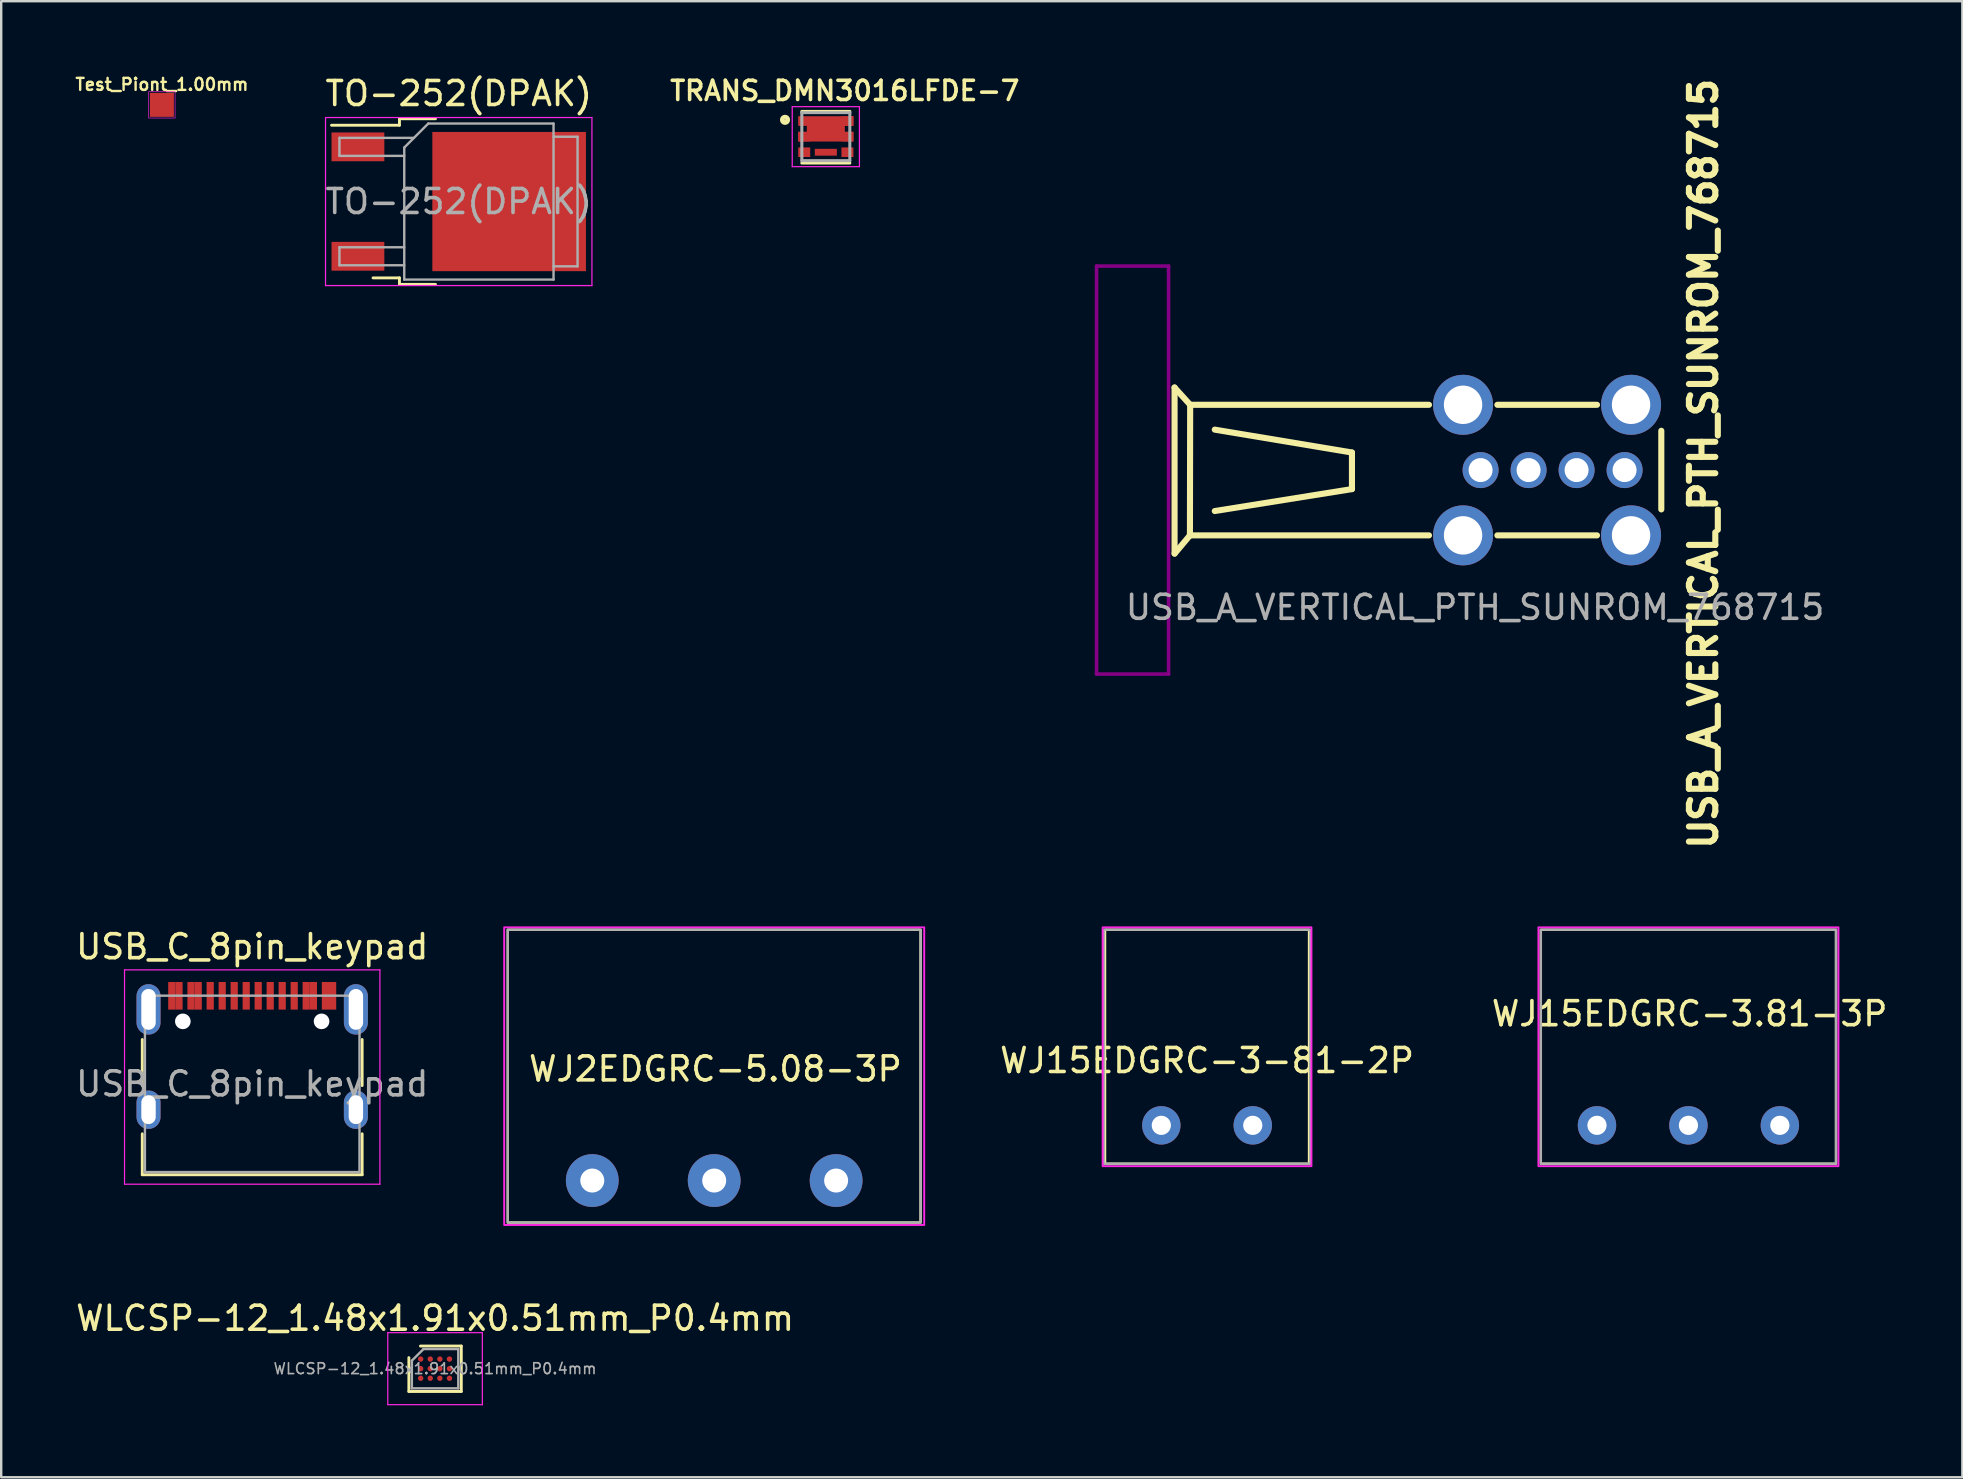
<source format=kicad_pcb>
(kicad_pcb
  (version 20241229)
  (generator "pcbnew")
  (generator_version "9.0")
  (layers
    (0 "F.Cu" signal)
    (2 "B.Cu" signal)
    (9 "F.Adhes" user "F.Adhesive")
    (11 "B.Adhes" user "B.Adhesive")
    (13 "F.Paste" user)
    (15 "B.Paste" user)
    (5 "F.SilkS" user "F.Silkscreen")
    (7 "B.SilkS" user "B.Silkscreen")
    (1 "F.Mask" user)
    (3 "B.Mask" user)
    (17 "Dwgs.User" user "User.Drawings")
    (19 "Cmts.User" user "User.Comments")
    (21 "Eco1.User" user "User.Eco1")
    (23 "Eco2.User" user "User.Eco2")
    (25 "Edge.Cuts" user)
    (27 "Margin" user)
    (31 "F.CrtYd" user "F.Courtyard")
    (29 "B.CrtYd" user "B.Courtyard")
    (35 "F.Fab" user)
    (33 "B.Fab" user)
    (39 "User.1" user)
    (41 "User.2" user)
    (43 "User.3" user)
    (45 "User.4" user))
  (footprint "WJ2EDGRC-5.08-3P"
    (layer "F.Cu")
    (at 26.707 46.137)
    (property "Reference" "WJ2EDGRC-5.08-3P" (at 0.05 -4.65 0) (unlocked yes) (layer "F.SilkS") (effects (font (size 1 1) (thickness 0.15))))
    (attr through_hole)
    (fp_rect (start -8.6 -10.45) (end 8.6 1.75) (stroke (width 0.1) (type solid)) (fill no) (layer "F.SilkS"))
    (fp_rect (start -8.75 1.85) (end 8.75 -10.55) (stroke (width 0.08) (type solid)) (fill no) (layer "F.CrtYd"))
    (fp_rect (start -8.6 1.75) (end 8.6 -10.45) (stroke (width 0.1) (type solid)) (fill no) (layer "F.Fab"))
    (pad "1" thru_hole circle (at -5.08 0) (size 2.2 2.2) (drill 1) (layers "*.Cu" "*.Mask"))
    (pad "2" thru_hole circle (at 0 0) (size 2.2 2.2) (drill 1) (layers "*.Cu" "*.Mask"))
    (pad "3" thru_hole circle (at 5.08 0) (size 2.2 2.2) (drill 1) (layers "*.Cu" "*.Mask")))
  (footprint "WJ15EDGRC-3-81-2P"
    (layer "F.Cu")
    (at 47.241 43.837)
    (property "Reference" "WJ15EDGRC-3-81-2P" (at 0 -2.7 0) (unlocked yes) (layer "F.SilkS") (effects (font (size 1 1) (thickness 0.15))))
    (attr through_hole)
    (fp_rect (start -4.25 -8.15) (end 4.25 1.6) (stroke (width 0.1) (type solid)) (fill no) (layer "F.SilkS"))
    (fp_rect (start -4.35 1.7) (end 4.35 -8.25) (stroke (width 0.08) (type solid)) (fill no) (layer "F.CrtYd"))
    (fp_rect (start -4.3 1.6) (end 4.3 -8.15) (stroke (width 0.1) (type solid)) (fill no) (layer "F.Fab"))
    (pad "1" thru_hole circle (at -1.905 0) (size 1.6 1.6) (drill 0.8) (layers "*.Cu" "*.Mask"))
    (pad "2" thru_hole circle (at 1.905 0) (size 1.6 1.6) (drill 0.8) (layers "*.Cu" "*.Mask")))
  (footprint "TO-252(DPAK)"
    (layer "F.Cu")
    (at 16.063 5.348)
    (property "Reference" "TO-252(DPAK)" (at 0 -4.5 0) (layer "F.SilkS") (effects (font (size 1 1) (thickness 0.15))))
    (attr smd)
    (fp_line (start -2.47 -3.45) (end -2.47 -3.18) (stroke (width 0.12) (type solid)) (layer "F.SilkS"))
    (fp_line (start -2.47 -3.18) (end -5.3 -3.18) (stroke (width 0.12) (type solid)) (layer "F.SilkS"))
    (fp_line (start -2.47 3.18) (end -3.57 3.18) (stroke (width 0.12) (type solid)) (layer "F.SilkS"))
    (fp_line (start -2.47 3.45) (end -2.47 3.18) (stroke (width 0.12) (type solid)) (layer "F.SilkS"))
    (fp_line (start -0.97 -3.45) (end -2.47 -3.45) (stroke (width 0.12) (type solid)) (layer "F.SilkS"))
    (fp_line (start -0.97 3.45) (end -2.47 3.45) (stroke (width 0.12) (type solid)) (layer "F.SilkS"))
    (fp_line (start -5.55 -3.5) (end -5.55 3.5) (stroke (width 0.05) (type solid)) (layer "F.CrtYd"))
    (fp_line (start -5.55 3.5) (end 5.55 3.5) (stroke (width 0.05) (type solid)) (layer "F.CrtYd"))
    (fp_line (start 5.55 -3.5) (end -5.55 -3.5) (stroke (width 0.05) (type solid)) (layer "F.CrtYd"))
    (fp_line (start 5.55 3.5) (end 5.55 -3.5) (stroke (width 0.05) (type solid)) (layer "F.CrtYd"))
    (fp_line (start -4.97 -2.655) (end -4.97 -1.905) (stroke (width 0.1) (type solid)) (layer "F.Fab"))
    (fp_line (start -4.97 -1.905) (end -2.27 -1.905) (stroke (width 0.1) (type solid)) (layer "F.Fab"))
    (fp_line (start -4.97 1.905) (end -4.97 2.655) (stroke (width 0.1) (type solid)) (layer "F.Fab"))
    (fp_line (start -4.97 2.655) (end -2.27 2.655) (stroke (width 0.1) (type solid)) (layer "F.Fab"))
    (fp_line (start -2.27 -2.25) (end -1.27 -3.25) (stroke (width 0.1) (type solid)) (layer "F.Fab"))
    (fp_line (start -2.27 1.905) (end -4.97 1.905) (stroke (width 0.1) (type solid)) (layer "F.Fab"))
    (fp_line (start -2.27 3.25) (end -2.27 -2.25) (stroke (width 0.1) (type solid)) (layer "F.Fab"))
    (fp_line (start -1.865 -2.655) (end -4.97 -2.655) (stroke (width 0.1) (type solid)) (layer "F.Fab"))
    (fp_line (start -1.27 -3.25) (end 3.95 -3.25) (stroke (width 0.1) (type solid)) (layer "F.Fab"))
    (fp_line (start 3.95 -3.25) (end 3.95 3.25) (stroke (width 0.1) (type solid)) (layer "F.Fab"))
    (fp_line (start 3.95 -2.7) (end 4.95 -2.7) (stroke (width 0.1) (type solid)) (layer "F.Fab"))
    (fp_line (start 3.95 3.25) (end -2.27 3.25) (stroke (width 0.1) (type solid)) (layer "F.Fab"))
    (fp_line (start 4.95 -2.7) (end 4.95 2.7) (stroke (width 0.1) (type solid)) (layer "F.Fab"))
    (fp_line (start 4.95 2.7) (end 3.95 2.7) (stroke (width 0.1) (type solid)) (layer "F.Fab"))
    (fp_text user "${REFERENCE}" (at 0 0 0) (layer "F.Fab") (effects (font (size 1 1) (thickness 0.15))))
    (pad "" smd rect (at 0.425 -1.525) (size 3.05 2.75) (layers "F.Paste"))
    (pad "" smd rect (at 0.425 1.525) (size 3.05 2.75) (layers "F.Paste"))
    (pad "" smd rect (at 3.775 -1.525) (size 3.05 2.75) (layers "F.Paste"))
    (pad "" smd rect (at 3.775 1.525) (size 3.05 2.75) (layers "F.Paste"))
    (pad "1" smd rect (at -4.2 -2.28) (size 2.2 1.2) (layers "F.Cu" "F.Mask" "F.Paste"))
    (pad "3" smd rect (at -4.2 2.28) (size 2.2 1.2) (layers "F.Cu" "F.Mask" "F.Paste"))
    (pad "4" smd rect (at 2.1 0) (size 6.4 5.8) (layers "F.Cu" "F.Mask")))
  (footprint "WLCSP-12_1.48x1.91x0.51mm_P0.4mm"
    (layer "F.Cu")
    (at 15.077 53.975)
    (property "Reference" "WLCSP-12_1.48x1.91x0.51mm_P0.4mm" (at 0 -2.1 0) (layer "F.SilkS") (effects (font (size 1 1) (thickness 0.15))))
    (attr smd)
    (fp_line (start -1.092 0.95) (end -1.092 -0.459) (stroke (width 0.12) (type solid)) (layer "F.SilkS"))
    (fp_line (start -0.609 -0.942) (end 1.092 -0.942) (stroke (width 0.12) (type solid)) (layer "F.SilkS"))
    (fp_line (start 1.092 -0.942) (end 1.092 0.95) (stroke (width 0.12) (type solid)) (layer "F.SilkS"))
    (fp_line (start 1.092 0.95) (end -1.092 0.95) (stroke (width 0.12) (type solid)) (layer "F.SilkS"))
    (fp_line (start -1.97 -1.5) (end -1.97 1.5) (stroke (width 0.05) (type solid)) (layer "F.CrtYd"))
    (fp_line (start -1.97 1.5) (end 1.97 1.5) (stroke (width 0.05) (type solid)) (layer "F.CrtYd"))
    (fp_line (start 1.97 -1.5) (end -1.97 -1.5) (stroke (width 0.05) (type solid)) (layer "F.CrtYd"))
    (fp_line (start 1.97 1.5) (end 1.97 -1.5) (stroke (width 0.05) (type solid)) (layer "F.CrtYd"))
    (fp_line (start -0.967 -0.334) (end -0.483 -0.817) (stroke (width 0.1) (type solid)) (layer "F.Fab"))
    (fp_line (start -0.967 0.82) (end -0.967 -0.334) (stroke (width 0.1) (type solid)) (layer "F.Fab"))
    (fp_line (start -0.483 -0.817) (end 0.967 -0.817) (stroke (width 0.1) (type solid)) (layer "F.Fab"))
    (fp_line (start 0.967 -0.817) (end 0.967 0.82) (stroke (width 0.1) (type solid)) (layer "F.Fab"))
    (fp_line (start 0.967 0.82) (end -0.967 0.82) (stroke (width 0.1) (type solid)) (layer "F.Fab"))
    (fp_text user "${REFERENCE}" (at 0 0 0) (layer "F.Fab") (effects (font (size 0.45 0.45) (thickness 0.068))))
    (pad "A1" smd circle (at -0.6 -0.4) (size 0.225 0.225) (layers "F.Cu" "F.Mask" "F.Paste"))
    (pad "A2" smd circle (at -0.2 -0.4) (size 0.225 0.225) (layers "F.Cu" "F.Mask" "F.Paste"))
    (pad "A3" smd circle (at 0.2 -0.4) (size 0.225 0.225) (layers "F.Cu" "F.Mask" "F.Paste"))
    (pad "A4" smd circle (at 0.6 -0.4) (size 0.225 0.225) (layers "F.Cu" "F.Mask" "F.Paste"))
    (pad "B1" smd circle (at -0.6 0) (size 0.225 0.225) (layers "F.Cu" "F.Mask" "F.Paste"))
    (pad "B2" smd circle (at -0.2 0) (size 0.225 0.225) (layers "F.Cu" "F.Mask" "F.Paste"))
    (pad "B3" smd circle (at 0.2 0) (size 0.225 0.225) (layers "F.Cu" "F.Mask" "F.Paste"))
    (pad "B4" smd circle (at 0.6 0) (size 0.225 0.225) (layers "F.Cu" "F.Mask" "F.Paste"))
    (pad "C1" smd circle (at -0.6 0.4) (size 0.225 0.225) (layers "F.Cu" "F.Mask" "F.Paste"))
    (pad "C2" smd circle (at -0.2 0.4) (size 0.225 0.225) (layers "F.Cu" "F.Mask" "F.Paste"))
    (pad "C3" smd circle (at 0.2 0.4) (size 0.225 0.225) (layers "F.Cu" "F.Mask" "F.Paste"))
    (pad "C4" smd circle (at 0.6 0.4) (size 0.225 0.225) (layers "F.Cu" "F.Mask" "F.Paste")))
  (footprint "WJ15EDGRC-3.81-3P"
    (layer "F.Cu")
    (at 67.298 43.837)
    (property "Reference" "WJ15EDGRC-3.81-3P" (at 0.05 -4.65 0) (unlocked yes) (layer "F.SilkS") (effects (font (size 1 1) (thickness 0.15))))
    (attr through_hole)
    (fp_rect (start -6.15 -8.15) (end 6.15 1.6) (stroke (width 0.1) (type solid)) (fill no) (layer "F.SilkS"))
    (fp_rect (start -6.25 1.7) (end 6.25 -8.25) (stroke (width 0.08) (type solid)) (fill no) (layer "F.CrtYd"))
    (fp_rect (start -6.15 1.6) (end 6.15 -8.15) (stroke (width 0.1) (type solid)) (fill no) (layer "F.Fab"))
    (pad "1" thru_hole circle (at -3.81 0) (size 1.6 1.6) (drill 0.8) (layers "*.Cu" "*.Mask"))
    (pad "2" thru_hole circle (at 0 0) (size 1.6 1.6) (drill 0.8) (layers "*.Cu" "*.Mask"))
    (pad "3" thru_hole circle (at 3.81 0) (size 1.6 1.6) (drill 0.8) (layers "*.Cu" "*.Mask")))
  (footprint "TRANS_DMN3016LFDE-7"
    (layer "F.Cu")
    (at 31.358 2.643)
    (property "Reference" "TRANS_DMN3016LFDE-7" (at 0.791 -1.911 0) (layer "F.SilkS") (effects (font (size 0.801 0.801) (thickness 0.15))))
    (attr smd)
    (fp_poly (pts (xy -0.661 -0.95) (xy 0.64 -0.95) (xy 0.64 0.2) (xy -0.661 0.2)) (stroke (width 0.01) (type solid)) (fill yes) (layer "F.Mask"))
    (fp_line (start -1 -1.05) (end 1 -1.05) (stroke (width 0.127) (type solid)) (layer "F.SilkS"))
    (fp_line (start -1 1.1) (end 1 1.1) (stroke (width 0.127) (type solid)) (layer "F.SilkS"))
    (fp_circle (center -1.7 -0.7) (end -1.588 -0.7) (stroke (width 0.2) (type solid)) (fill no) (layer "F.SilkS"))
    (fp_poly (pts (xy -0.46 -0.695) (xy 0.46 -0.695) (xy 0.46 0.045) (xy -0.46 0.045)) (stroke (width 0.01) (type solid)) (fill yes) (layer "F.Paste"))
    (fp_line (start -1.4 -1.25) (end 1.4 -1.25) (stroke (width 0.05) (type solid)) (layer "F.CrtYd"))
    (fp_line (start -1.4 1.25) (end -1.4 -1.25) (stroke (width 0.05) (type solid)) (layer "F.CrtYd"))
    (fp_line (start 1.4 -1.25) (end 1.4 1.25) (stroke (width 0.05) (type solid)) (layer "F.CrtYd"))
    (fp_line (start 1.4 1.25) (end -1.4 1.25) (stroke (width 0.05) (type solid)) (layer "F.CrtYd"))
    (fp_line (start -1 -1) (end 1 -1) (stroke (width 0.127) (type solid)) (layer "F.Fab"))
    (fp_line (start -1 1) (end -1 -1) (stroke (width 0.127) (type solid)) (layer "F.Fab"))
    (fp_line (start 1 -1) (end 1 1) (stroke (width 0.127) (type solid)) (layer "F.Fab"))
    (fp_line (start 1 1) (end -1 1) (stroke (width 0.127) (type solid)) (layer "F.Fab"))
    (pad "1" smd custom (at -0.9 -0.65) (size 0.5 0.4) (layers "F.Cu" "F.Mask" "F.Paste") (options (anchor rect)) (primitives (gr_poly (pts (xy -0.24 -0.19) (xy 2.04 -0.19) (xy 2.04 0.19) (xy 1.68 0.19) (xy 1.68 0.46) (xy 2.04 0.46) (xy 2.04 0.84) (xy -0.24 0.84) (xy -0.24 0.46) (xy 0.12 0.46) (xy 0.12 0.19) (xy -0.24 0.19)) (width 0.025) (fill yes))))
    (pad "2" smd rect (at -0.9 0) (size 0.5 0.4) (layers "F.Cu" "F.Mask" "F.Paste"))
    (pad "3" smd rect (at -0.9 0.65) (size 0.5 0.4) (layers "F.Cu" "F.Mask" "F.Paste"))
    (pad "4" smd rect (at 0.9 0.65) (size 0.5 0.4) (layers "F.Cu" "F.Mask" "F.Paste"))
    (pad "5" smd rect (at 0.9 0) (size 0.5 0.4) (layers "F.Cu" "F.Mask" "F.Paste"))
    (pad "6" smd rect (at 0.9 -0.65) (size 0.5 0.4) (layers "F.Cu" "F.Mask" "F.Paste"))
    (pad "7" smd rect (at 0 0.65) (size 0.92 0.285) (layers "F.Cu" "F.Mask" "F.Paste")))
  (footprint "USB_A_VERTICAL_PTH_SUNROM_768715"
    (layer "F.Cu")
    (at 58.638 16.536)
    (property "Reference" "USB_A_VERTICAL_PTH_SUNROM_768715" (at 9.284 -0.262 270) (layer "F.SilkS") (effects (font (size 1.1 1.1) (thickness 0.254))))
    (attr smd)
    (fp_line (start -12.75 -3.442) (end -12.75 3.479) (stroke (width 0.254) (type solid)) (layer "F.SilkS"))
    (fp_line (start -12.75 -3.437) (end -12.1 -2.72) (stroke (width 0.254) (type solid)) (layer "F.SilkS"))
    (fp_line (start -12.11 2.72) (end -12.747 3.479) (stroke (width 0.254) (type solid)) (layer "F.SilkS"))
    (fp_line (start -12.1 -2.72) (end -12.11 2.72) (stroke (width 0.254) (type solid)) (layer "F.SilkS"))
    (fp_line (start -11.074 -1.685) (end -5.359 -0.732) (stroke (width 0.254) (type solid)) (layer "F.SilkS"))
    (fp_line (start -5.359 -0.732) (end -5.359 0.792) (stroke (width 0.254) (type solid)) (layer "F.SilkS"))
    (fp_line (start -5.359 0.792) (end -11.074 1.706) (stroke (width 0.254) (type solid)) (layer "F.SilkS"))
    (fp_line (start -2.15 -2.72) (end -12.1 -2.72) (stroke (width 0.254) (type solid)) (layer "F.SilkS"))
    (fp_line (start -2.15 2.72) (end -12.11 2.72) (stroke (width 0.254) (type solid)) (layer "F.SilkS"))
    (fp_line (start 4.85 -2.72) (end 0.7 -2.72) (stroke (width 0.254) (type solid)) (layer "F.SilkS"))
    (fp_line (start 4.85 2.72) (end 0.7 2.72) (stroke (width 0.254) (type solid)) (layer "F.SilkS"))
    (fp_line (start 7.53 -1.638) (end 7.53 1.638) (stroke (width 0.254) (type solid)) (layer "F.SilkS"))
    (fp_line (start -16 -8.5) (end -13 -8.5) (stroke (width 0.15) (type solid)) (layer "F.Adhes"))
    (fp_line (start -16 8.5) (end -16 -8.5) (stroke (width 0.15) (type solid)) (layer "F.Adhes"))
    (fp_line (start -13 -8.5) (end -13 8.5) (stroke (width 0.15) (type solid)) (layer "F.Adhes"))
    (fp_line (start -13 8.5) (end -16 8.5) (stroke (width 0.15) (type solid)) (layer "F.Adhes"))
    (fp_text user "${REFERENCE}" (at -0.23 5.72 0) (layer "F.Fab") (effects (font (size 1 1) (thickness 0.15))))
    (pad "1" thru_hole circle (at 0 0 270) (size 1.5 1.5) (drill 1) (layers "*.Cu" "*.Mask"))
    (pad "2" thru_hole circle (at 2 0 270) (size 1.5 1.5) (drill 1) (layers "*.Cu" "*.Mask"))
    (pad "3" thru_hole circle (at 4 0 270) (size 1.5 1.5) (drill 1) (layers "*.Cu" "*.Mask"))
    (pad "4" thru_hole circle (at 6 0 270) (size 1.5 1.5) (drill 1) (layers "*.Cu" "*.Mask"))
    (pad "5" thru_hole circle (at -0.73 -2.72 270) (size 2.5 2.5) (drill 1.6) (layers "*.Cu" "*.Mask"))
    (pad "5" thru_hole circle (at -0.73 2.72 270) (size 2.5 2.5) (drill 1.6) (layers "*.Cu" "*.Mask"))
    (pad "5" thru_hole circle (at 6.27 -2.72 270) (size 2.5 2.5) (drill 1.6) (layers "*.Cu" "*.Mask"))
    (pad "5" thru_hole circle (at 6.27 2.72 270) (size 2.5 2.5) (drill 1.6) (layers "*.Cu" "*.Mask")))
  (footprint "Test_Piont_1.00mm"
    (layer "F.Cu")
    (at 3.695 1.318)
    (property "Reference" "Test_Piont_1.00mm" (at 0 -0.85 0) (unlocked yes) (layer "F.SilkS") (effects (font (size 0.5 0.5) (thickness 0.1))))
    (attr smd)
    (fp_rect (start -0.55 -0.55) (end 0.55 0.55) (stroke (width 0.025) (type solid)) (fill no) (layer "F.CrtYd"))
    (pad "1" smd rect (at 0 0) (size 1 1) (layers "F.Cu" "F.Mask")))
  (footprint "USB_C_8pin_keypad"
    (layer "F.Cu")
    (at 7.458 42.11)
    (property "Reference" "USB_C_8pin_keypad" (at 0 -5.715 0) (layer "F.SilkS") (effects (font (size 1 1) (thickness 0.15))))
    (attr smd)
    (fp_line (start -4.58 -1.85) (end -4.58 0.07) (stroke (width 0.12) (type solid)) (layer "F.SilkS"))
    (fp_line (start -4.58 3.785) (end -4.58 2.08) (stroke (width 0.12) (type solid)) (layer "F.SilkS"))
    (fp_line (start 4.58 0.07) (end 4.58 -1.85) (stroke (width 0.12) (type solid)) (layer "F.SilkS"))
    (fp_line (start 4.58 2.08) (end 4.58 3.785) (stroke (width 0.12) (type solid)) (layer "F.SilkS"))
    (fp_line (start 4.58 3.785) (end -4.58 3.785) (stroke (width 0.12) (type solid)) (layer "F.SilkS"))
    (fp_line (start -5.32 -4.75) (end 5.32 -4.75) (stroke (width 0.05) (type solid)) (layer "F.CrtYd"))
    (fp_line (start -5.32 4.18) (end -5.32 -4.75) (stroke (width 0.05) (type solid)) (layer "F.CrtYd"))
    (fp_line (start 5.32 -4.75) (end 5.32 4.18) (stroke (width 0.05) (type solid)) (layer "F.CrtYd"))
    (fp_line (start 5.32 4.18) (end -5.32 4.18) (stroke (width 0.05) (type solid)) (layer "F.CrtYd"))
    (fp_line (start -4.47 -3.675) (end -4.47 3.675) (stroke (width 0.1) (type solid)) (layer "F.Fab"))
    (fp_line (start -4.47 -3.675) (end 4.47 -3.675) (stroke (width 0.1) (type solid)) (layer "F.Fab"))
    (fp_line (start -4.47 3.675) (end 4.47 3.675) (stroke (width 0.1) (type solid)) (layer "F.Fab"))
    (fp_line (start 4.47 3.675) (end 4.47 -3.675) (stroke (width 0.1) (type solid)) (layer "F.Fab"))
    (fp_text user "${REFERENCE}" (at 0 0 0) (layer "F.Fab") (effects (font (size 1 1) (thickness 0.15))))
    (pad "" thru_hole oval (at -4.32 -3.105) (size 1 2.1) (drill oval 0.6 1.7) (layers "*.Cu" "*.Mask"))
    (pad "" thru_hole oval (at -4.32 1.075) (size 1 1.6) (drill oval 0.6 1.2) (layers "*.Cu" "*.Mask"))
    (pad "" smd rect (at -3.35 -3.67) (size 0.3 1.15) (layers "F.Cu" "F.Mask" "F.Paste"))
    (pad "" smd rect (at -3.05 -3.67) (size 0.3 1.15) (layers "F.Cu" "F.Mask" "F.Paste"))
    (pad "" np_thru_hole circle (at -2.89 -2.605) (size 0.65 0.65) (drill 0.65) (layers "*.Cu" "*.Mask"))
    (pad "" smd rect (at -2.55 -3.67) (size 0.3 1.15) (layers "F.Cu" "F.Mask" "F.Paste"))
    (pad "" smd rect (at -2.25 -3.67) (size 0.3 1.15) (layers "F.Cu" "F.Mask" "F.Paste"))
    (pad "" smd rect (at 2.25 -3.67) (size 0.3 1.15) (layers "F.Cu" "F.Mask" "F.Paste"))
    (pad "" smd rect (at 2.55 -3.67) (size 0.3 1.15) (layers "F.Cu" "F.Mask" "F.Paste"))
    (pad "" np_thru_hole circle (at 2.89 -2.605) (size 0.65 0.65) (drill 0.65) (layers "*.Cu" "*.Mask"))
    (pad "" smd rect (at 3.05 -3.67) (size 0.3 1.15) (layers "F.Cu" "F.Mask" "F.Paste"))
    (pad "" smd rect (at 3.35 -3.67) (size 0.3 1.15) (layers "F.Cu" "F.Mask" "F.Paste"))
    (pad "" thru_hole oval (at 4.32 -3.105) (size 1 2.1) (drill oval 0.6 1.7) (layers "*.Cu" "*.Mask"))
    (pad "" thru_hole oval (at 4.32 1.075) (size 1 1.6) (drill oval 0.6 1.2) (layers "*.Cu" "*.Mask"))
    (pad "1" smd rect (at -1.75 -3.67) (size 0.3 1.15) (layers "F.Cu" "F.Mask" "F.Paste"))
    (pad "2" smd rect (at -1.25 -3.67) (size 0.3 1.15) (layers "F.Cu" "F.Mask" "F.Paste"))
    (pad "3" smd rect (at -0.75 -3.67) (size 0.3 1.15) (layers "F.Cu" "F.Mask" "F.Paste"))
    (pad "4" smd rect (at -0.25 -3.67) (size 0.3 1.15) (layers "F.Cu" "F.Mask" "F.Paste"))
    (pad "5" smd rect (at 0.25 -3.67) (size 0.3 1.15) (layers "F.Cu" "F.Mask" "F.Paste"))
    (pad "6" smd rect (at 0.75 -3.67) (size 0.3 1.15) (layers "F.Cu" "F.Mask" "F.Paste"))
    (pad "7" smd rect (at 1.25 -3.67) (size 0.3 1.15) (layers "F.Cu" "F.Mask" "F.Paste"))
    (pad "8" smd rect (at 1.75 -3.67) (size 0.3 1.15) (layers "F.Cu" "F.Mask" "F.Paste")))
  (gr_rect
    (start -3 -3)
    (end 78.711 58.5)
    (stroke (width 0.1) (type default))
    (fill no)
    (layer "Edge.Cuts")))
</source>
